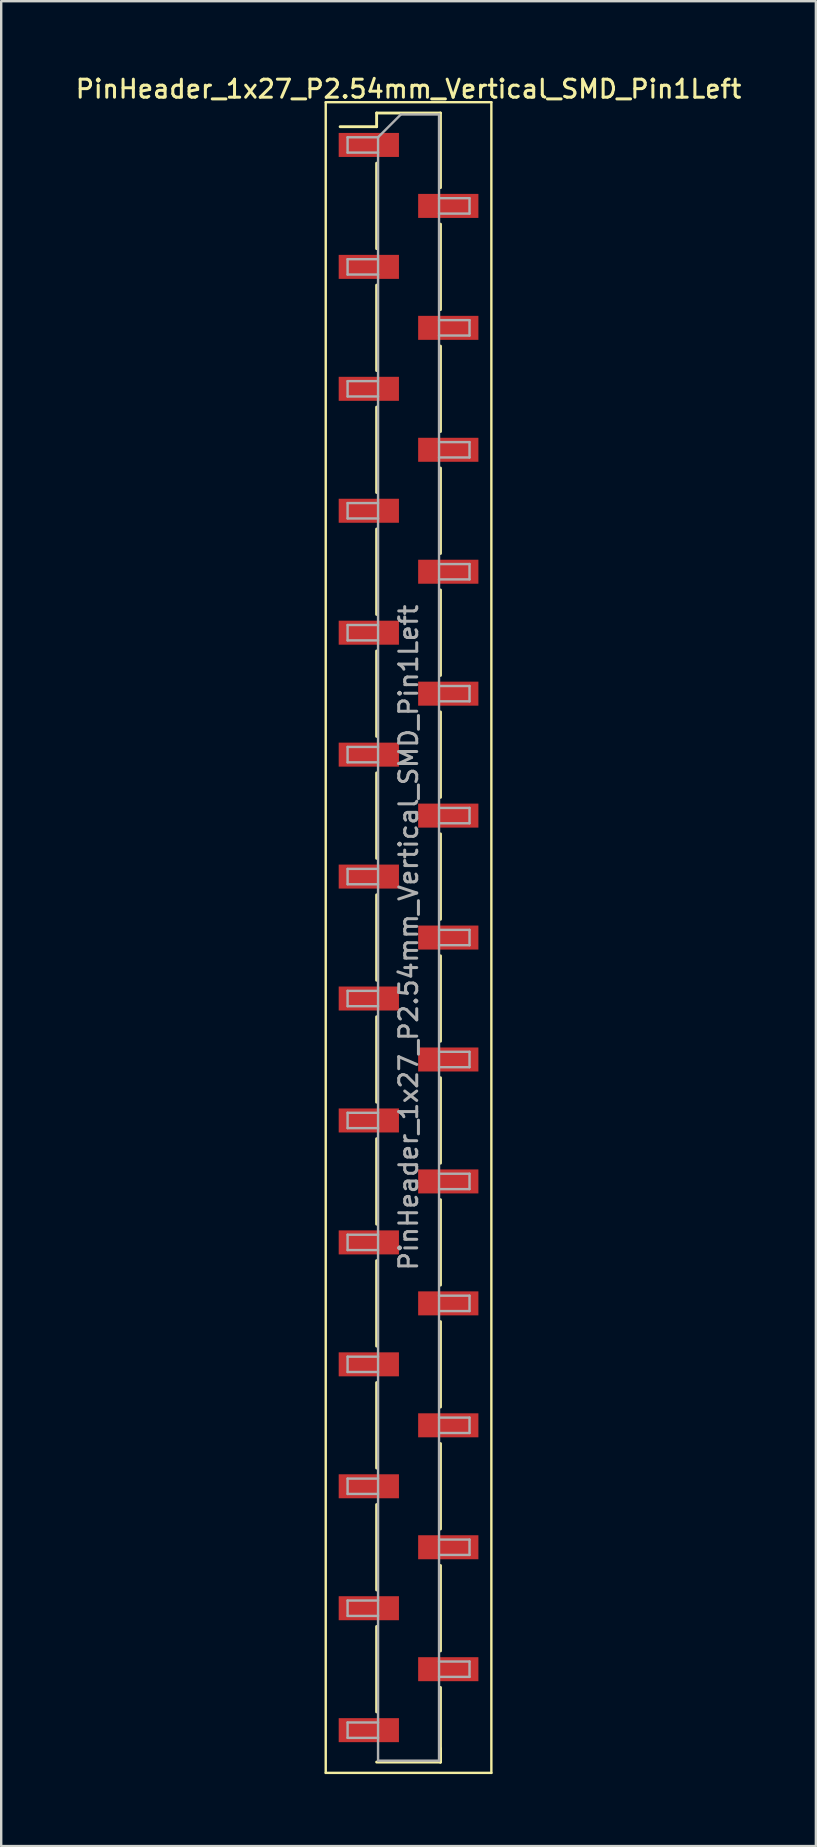
<source format=kicad_pcb>
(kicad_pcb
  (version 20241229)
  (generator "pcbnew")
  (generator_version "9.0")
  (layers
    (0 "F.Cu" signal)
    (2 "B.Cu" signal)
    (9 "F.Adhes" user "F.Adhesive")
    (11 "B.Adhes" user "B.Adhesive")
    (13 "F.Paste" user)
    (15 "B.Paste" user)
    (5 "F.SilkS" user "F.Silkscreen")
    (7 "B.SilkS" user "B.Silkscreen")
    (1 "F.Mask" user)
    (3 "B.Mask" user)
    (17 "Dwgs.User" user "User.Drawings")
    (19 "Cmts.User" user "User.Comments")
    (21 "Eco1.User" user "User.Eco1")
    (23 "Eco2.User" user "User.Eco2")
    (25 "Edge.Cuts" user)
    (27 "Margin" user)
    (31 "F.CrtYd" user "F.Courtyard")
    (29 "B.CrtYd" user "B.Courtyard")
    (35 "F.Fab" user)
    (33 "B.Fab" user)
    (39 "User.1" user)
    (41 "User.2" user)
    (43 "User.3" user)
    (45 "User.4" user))
  (footprint "PinHeader_1x27_P2.54mm_Vertical_SMD_Pin1Left"
    (layer "F.Cu")
    (at 13.97 36.008)
    (property "Reference" "PinHeader_1x27_P2.54mm_Vertical_SMD_Pin1Left" (at 0 -35.35 0) (layer "F.SilkS") (effects (font (size 0.75 0.75) (thickness 0.125))))
    (attr smd)
    (fp_line (start -3.45 -34.8) (end -3.45 34.8) (stroke (width 0.1) (type solid)) (layer "F.SilkS"))
    (fp_line (start -3.45 34.8) (end 3.45 34.8) (stroke (width 0.1) (type solid)) (layer "F.SilkS"))
    (fp_line (start -1.33 -34.35) (end -1.33 -33.78) (stroke (width 0.12) (type solid)) (layer "F.SilkS"))
    (fp_line (start -1.33 -34.35) (end 1.33 -34.35) (stroke (width 0.12) (type solid)) (layer "F.SilkS"))
    (fp_line (start -1.33 -33.78) (end -2.85 -33.78) (stroke (width 0.12) (type solid)) (layer "F.SilkS"))
    (fp_line (start -1.33 -32.26) (end -1.33 -28.7) (stroke (width 0.12) (type solid)) (layer "F.SilkS"))
    (fp_line (start -1.33 -27.18) (end -1.33 -23.62) (stroke (width 0.12) (type solid)) (layer "F.SilkS"))
    (fp_line (start -1.33 -22.1) (end -1.33 -18.54) (stroke (width 0.12) (type solid)) (layer "F.SilkS"))
    (fp_line (start -1.33 -17.02) (end -1.33 -13.46) (stroke (width 0.12) (type solid)) (layer "F.SilkS"))
    (fp_line (start -1.33 -11.94) (end -1.33 -8.38) (stroke (width 0.12) (type solid)) (layer "F.SilkS"))
    (fp_line (start -1.33 -6.86) (end -1.33 -3.3) (stroke (width 0.12) (type solid)) (layer "F.SilkS"))
    (fp_line (start -1.33 -1.78) (end -1.33 1.78) (stroke (width 0.12) (type solid)) (layer "F.SilkS"))
    (fp_line (start -1.33 3.3) (end -1.33 6.86) (stroke (width 0.12) (type solid)) (layer "F.SilkS"))
    (fp_line (start -1.33 8.38) (end -1.33 11.94) (stroke (width 0.12) (type solid)) (layer "F.SilkS"))
    (fp_line (start -1.33 13.46) (end -1.33 17.02) (stroke (width 0.12) (type solid)) (layer "F.SilkS"))
    (fp_line (start -1.33 18.54) (end -1.33 22.1) (stroke (width 0.12) (type solid)) (layer "F.SilkS"))
    (fp_line (start -1.33 23.62) (end -1.33 27.18) (stroke (width 0.12) (type solid)) (layer "F.SilkS"))
    (fp_line (start -1.33 28.7) (end -1.33 32.26) (stroke (width 0.12) (type solid)) (layer "F.SilkS"))
    (fp_line (start -1.33 34.35) (end 1.33 34.35) (stroke (width 0.12) (type solid)) (layer "F.SilkS"))
    (fp_line (start 1.33 -34.35) (end 1.33 -31.24) (stroke (width 0.12) (type solid)) (layer "F.SilkS"))
    (fp_line (start 1.33 -29.72) (end 1.33 -26.16) (stroke (width 0.12) (type solid)) (layer "F.SilkS"))
    (fp_line (start 1.33 -24.64) (end 1.33 -21.08) (stroke (width 0.12) (type solid)) (layer "F.SilkS"))
    (fp_line (start 1.33 -19.56) (end 1.33 -16) (stroke (width 0.12) (type solid)) (layer "F.SilkS"))
    (fp_line (start 1.33 -14.48) (end 1.33 -10.92) (stroke (width 0.12) (type solid)) (layer "F.SilkS"))
    (fp_line (start 1.33 -9.4) (end 1.33 -5.84) (stroke (width 0.12) (type solid)) (layer "F.SilkS"))
    (fp_line (start 1.33 -4.32) (end 1.33 -0.76) (stroke (width 0.12) (type solid)) (layer "F.SilkS"))
    (fp_line (start 1.33 0.76) (end 1.33 4.32) (stroke (width 0.12) (type solid)) (layer "F.SilkS"))
    (fp_line (start 1.33 5.84) (end 1.33 9.4) (stroke (width 0.12) (type solid)) (layer "F.SilkS"))
    (fp_line (start 1.33 10.92) (end 1.33 14.48) (stroke (width 0.12) (type solid)) (layer "F.SilkS"))
    (fp_line (start 1.33 16) (end 1.33 19.56) (stroke (width 0.12) (type solid)) (layer "F.SilkS"))
    (fp_line (start 1.33 21.08) (end 1.33 24.64) (stroke (width 0.12) (type solid)) (layer "F.SilkS"))
    (fp_line (start 1.33 26.16) (end 1.33 29.72) (stroke (width 0.12) (type solid)) (layer "F.SilkS"))
    (fp_line (start 1.33 31.24) (end 1.33 34.35) (stroke (width 0.12) (type solid)) (layer "F.SilkS"))
    (fp_line (start 1.33 33.78) (end 1.33 34.35) (stroke (width 0.12) (type solid)) (layer "F.SilkS"))
    (fp_line (start 3.45 -34.8) (end -3.45 -34.8) (stroke (width 0.1) (type solid)) (layer "F.SilkS"))
    (fp_line (start 3.45 34.8) (end 3.45 -34.8) (stroke (width 0.1) (type solid)) (layer "F.SilkS"))
    (fp_line (start -2.54 -33.34) (end -2.54 -32.7) (stroke (width 0.1) (type solid)) (layer "F.Fab"))
    (fp_line (start -2.54 -32.7) (end -1.27 -32.7) (stroke (width 0.1) (type solid)) (layer "F.Fab"))
    (fp_line (start -2.54 -28.26) (end -2.54 -27.62) (stroke (width 0.1) (type solid)) (layer "F.Fab"))
    (fp_line (start -2.54 -27.62) (end -1.27 -27.62) (stroke (width 0.1) (type solid)) (layer "F.Fab"))
    (fp_line (start -2.54 -23.18) (end -2.54 -22.54) (stroke (width 0.1) (type solid)) (layer "F.Fab"))
    (fp_line (start -2.54 -22.54) (end -1.27 -22.54) (stroke (width 0.1) (type solid)) (layer "F.Fab"))
    (fp_line (start -2.54 -18.1) (end -2.54 -17.46) (stroke (width 0.1) (type solid)) (layer "F.Fab"))
    (fp_line (start -2.54 -17.46) (end -1.27 -17.46) (stroke (width 0.1) (type solid)) (layer "F.Fab"))
    (fp_line (start -2.54 -13.02) (end -2.54 -12.38) (stroke (width 0.1) (type solid)) (layer "F.Fab"))
    (fp_line (start -2.54 -12.38) (end -1.27 -12.38) (stroke (width 0.1) (type solid)) (layer "F.Fab"))
    (fp_line (start -2.54 -7.94) (end -2.54 -7.3) (stroke (width 0.1) (type solid)) (layer "F.Fab"))
    (fp_line (start -2.54 -7.3) (end -1.27 -7.3) (stroke (width 0.1) (type solid)) (layer "F.Fab"))
    (fp_line (start -2.54 -2.86) (end -2.54 -2.22) (stroke (width 0.1) (type solid)) (layer "F.Fab"))
    (fp_line (start -2.54 -2.22) (end -1.27 -2.22) (stroke (width 0.1) (type solid)) (layer "F.Fab"))
    (fp_line (start -2.54 2.22) (end -2.54 2.86) (stroke (width 0.1) (type solid)) (layer "F.Fab"))
    (fp_line (start -2.54 2.86) (end -1.27 2.86) (stroke (width 0.1) (type solid)) (layer "F.Fab"))
    (fp_line (start -2.54 7.3) (end -2.54 7.94) (stroke (width 0.1) (type solid)) (layer "F.Fab"))
    (fp_line (start -2.54 7.94) (end -1.27 7.94) (stroke (width 0.1) (type solid)) (layer "F.Fab"))
    (fp_line (start -2.54 12.38) (end -2.54 13.02) (stroke (width 0.1) (type solid)) (layer "F.Fab"))
    (fp_line (start -2.54 13.02) (end -1.27 13.02) (stroke (width 0.1) (type solid)) (layer "F.Fab"))
    (fp_line (start -2.54 17.46) (end -2.54 18.1) (stroke (width 0.1) (type solid)) (layer "F.Fab"))
    (fp_line (start -2.54 18.1) (end -1.27 18.1) (stroke (width 0.1) (type solid)) (layer "F.Fab"))
    (fp_line (start -2.54 22.54) (end -2.54 23.18) (stroke (width 0.1) (type solid)) (layer "F.Fab"))
    (fp_line (start -2.54 23.18) (end -1.27 23.18) (stroke (width 0.1) (type solid)) (layer "F.Fab"))
    (fp_line (start -2.54 27.62) (end -2.54 28.26) (stroke (width 0.1) (type solid)) (layer "F.Fab"))
    (fp_line (start -2.54 28.26) (end -1.27 28.26) (stroke (width 0.1) (type solid)) (layer "F.Fab"))
    (fp_line (start -2.54 32.7) (end -2.54 33.34) (stroke (width 0.1) (type solid)) (layer "F.Fab"))
    (fp_line (start -2.54 33.34) (end -1.27 33.34) (stroke (width 0.1) (type solid)) (layer "F.Fab"))
    (fp_line (start -1.27 -33.34) (end -2.54 -33.34) (stroke (width 0.1) (type solid)) (layer "F.Fab"))
    (fp_line (start -1.27 -33.34) (end -0.32 -34.29) (stroke (width 0.1) (type solid)) (layer "F.Fab"))
    (fp_line (start -1.27 -28.26) (end -2.54 -28.26) (stroke (width 0.1) (type solid)) (layer "F.Fab"))
    (fp_line (start -1.27 -23.18) (end -2.54 -23.18) (stroke (width 0.1) (type solid)) (layer "F.Fab"))
    (fp_line (start -1.27 -18.1) (end -2.54 -18.1) (stroke (width 0.1) (type solid)) (layer "F.Fab"))
    (fp_line (start -1.27 -13.02) (end -2.54 -13.02) (stroke (width 0.1) (type solid)) (layer "F.Fab"))
    (fp_line (start -1.27 -7.94) (end -2.54 -7.94) (stroke (width 0.1) (type solid)) (layer "F.Fab"))
    (fp_line (start -1.27 -2.86) (end -2.54 -2.86) (stroke (width 0.1) (type solid)) (layer "F.Fab"))
    (fp_line (start -1.27 2.22) (end -2.54 2.22) (stroke (width 0.1) (type solid)) (layer "F.Fab"))
    (fp_line (start -1.27 7.3) (end -2.54 7.3) (stroke (width 0.1) (type solid)) (layer "F.Fab"))
    (fp_line (start -1.27 12.38) (end -2.54 12.38) (stroke (width 0.1) (type solid)) (layer "F.Fab"))
    (fp_line (start -1.27 17.46) (end -2.54 17.46) (stroke (width 0.1) (type solid)) (layer "F.Fab"))
    (fp_line (start -1.27 22.54) (end -2.54 22.54) (stroke (width 0.1) (type solid)) (layer "F.Fab"))
    (fp_line (start -1.27 27.62) (end -2.54 27.62) (stroke (width 0.1) (type solid)) (layer "F.Fab"))
    (fp_line (start -1.27 32.7) (end -2.54 32.7) (stroke (width 0.1) (type solid)) (layer "F.Fab"))
    (fp_line (start -1.27 34.29) (end -1.27 -33.34) (stroke (width 0.1) (type solid)) (layer "F.Fab"))
    (fp_line (start -0.32 -34.29) (end 1.27 -34.29) (stroke (width 0.1) (type solid)) (layer "F.Fab"))
    (fp_line (start 1.27 -34.29) (end 1.27 34.29) (stroke (width 0.1) (type solid)) (layer "F.Fab"))
    (fp_line (start 1.27 -30.8) (end 2.54 -30.8) (stroke (width 0.1) (type solid)) (layer "F.Fab"))
    (fp_line (start 1.27 -25.72) (end 2.54 -25.72) (stroke (width 0.1) (type solid)) (layer "F.Fab"))
    (fp_line (start 1.27 -20.64) (end 2.54 -20.64) (stroke (width 0.1) (type solid)) (layer "F.Fab"))
    (fp_line (start 1.27 -15.56) (end 2.54 -15.56) (stroke (width 0.1) (type solid)) (layer "F.Fab"))
    (fp_line (start 1.27 -10.48) (end 2.54 -10.48) (stroke (width 0.1) (type solid)) (layer "F.Fab"))
    (fp_line (start 1.27 -5.4) (end 2.54 -5.4) (stroke (width 0.1) (type solid)) (layer "F.Fab"))
    (fp_line (start 1.27 -0.32) (end 2.54 -0.32) (stroke (width 0.1) (type solid)) (layer "F.Fab"))
    (fp_line (start 1.27 4.76) (end 2.54 4.76) (stroke (width 0.1) (type solid)) (layer "F.Fab"))
    (fp_line (start 1.27 9.84) (end 2.54 9.84) (stroke (width 0.1) (type solid)) (layer "F.Fab"))
    (fp_line (start 1.27 14.92) (end 2.54 14.92) (stroke (width 0.1) (type solid)) (layer "F.Fab"))
    (fp_line (start 1.27 20) (end 2.54 20) (stroke (width 0.1) (type solid)) (layer "F.Fab"))
    (fp_line (start 1.27 25.08) (end 2.54 25.08) (stroke (width 0.1) (type solid)) (layer "F.Fab"))
    (fp_line (start 1.27 30.16) (end 2.54 30.16) (stroke (width 0.1) (type solid)) (layer "F.Fab"))
    (fp_line (start 1.27 34.29) (end -1.27 34.29) (stroke (width 0.1) (type solid)) (layer "F.Fab"))
    (fp_line (start 2.54 -30.8) (end 2.54 -30.16) (stroke (width 0.1) (type solid)) (layer "F.Fab"))
    (fp_line (start 2.54 -30.16) (end 1.27 -30.16) (stroke (width 0.1) (type solid)) (layer "F.Fab"))
    (fp_line (start 2.54 -25.72) (end 2.54 -25.08) (stroke (width 0.1) (type solid)) (layer "F.Fab"))
    (fp_line (start 2.54 -25.08) (end 1.27 -25.08) (stroke (width 0.1) (type solid)) (layer "F.Fab"))
    (fp_line (start 2.54 -20.64) (end 2.54 -20) (stroke (width 0.1) (type solid)) (layer "F.Fab"))
    (fp_line (start 2.54 -20) (end 1.27 -20) (stroke (width 0.1) (type solid)) (layer "F.Fab"))
    (fp_line (start 2.54 -15.56) (end 2.54 -14.92) (stroke (width 0.1) (type solid)) (layer "F.Fab"))
    (fp_line (start 2.54 -14.92) (end 1.27 -14.92) (stroke (width 0.1) (type solid)) (layer "F.Fab"))
    (fp_line (start 2.54 -10.48) (end 2.54 -9.84) (stroke (width 0.1) (type solid)) (layer "F.Fab"))
    (fp_line (start 2.54 -9.84) (end 1.27 -9.84) (stroke (width 0.1) (type solid)) (layer "F.Fab"))
    (fp_line (start 2.54 -5.4) (end 2.54 -4.76) (stroke (width 0.1) (type solid)) (layer "F.Fab"))
    (fp_line (start 2.54 -4.76) (end 1.27 -4.76) (stroke (width 0.1) (type solid)) (layer "F.Fab"))
    (fp_line (start 2.54 -0.32) (end 2.54 0.32) (stroke (width 0.1) (type solid)) (layer "F.Fab"))
    (fp_line (start 2.54 0.32) (end 1.27 0.32) (stroke (width 0.1) (type solid)) (layer "F.Fab"))
    (fp_line (start 2.54 4.76) (end 2.54 5.4) (stroke (width 0.1) (type solid)) (layer "F.Fab"))
    (fp_line (start 2.54 5.4) (end 1.27 5.4) (stroke (width 0.1) (type solid)) (layer "F.Fab"))
    (fp_line (start 2.54 9.84) (end 2.54 10.48) (stroke (width 0.1) (type solid)) (layer "F.Fab"))
    (fp_line (start 2.54 10.48) (end 1.27 10.48) (stroke (width 0.1) (type solid)) (layer "F.Fab"))
    (fp_line (start 2.54 14.92) (end 2.54 15.56) (stroke (width 0.1) (type solid)) (layer "F.Fab"))
    (fp_line (start 2.54 15.56) (end 1.27 15.56) (stroke (width 0.1) (type solid)) (layer "F.Fab"))
    (fp_line (start 2.54 20) (end 2.54 20.64) (stroke (width 0.1) (type solid)) (layer "F.Fab"))
    (fp_line (start 2.54 20.64) (end 1.27 20.64) (stroke (width 0.1) (type solid)) (layer "F.Fab"))
    (fp_line (start 2.54 25.08) (end 2.54 25.72) (stroke (width 0.1) (type solid)) (layer "F.Fab"))
    (fp_line (start 2.54 25.72) (end 1.27 25.72) (stroke (width 0.1) (type solid)) (layer "F.Fab"))
    (fp_line (start 2.54 30.16) (end 2.54 30.8) (stroke (width 0.1) (type solid)) (layer "F.Fab"))
    (fp_line (start 2.54 30.8) (end 1.27 30.8) (stroke (width 0.1) (type solid)) (layer "F.Fab"))
    (fp_text user "${REFERENCE}" (at 0 0 90) (layer "F.Fab") (effects (font (size 0.75 0.75) (thickness 0.125))))
    (pad "1" smd rect (at -1.655 -33.02) (size 2.51 1) (layers "F.Cu" "F.Mask" "F.Paste"))
    (pad "2" smd rect (at 1.655 -30.48) (size 2.51 1) (layers "F.Cu" "F.Mask" "F.Paste"))
    (pad "3" smd rect (at -1.655 -27.94) (size 2.51 1) (layers "F.Cu" "F.Mask" "F.Paste"))
    (pad "4" smd rect (at 1.655 -25.4) (size 2.51 1) (layers "F.Cu" "F.Mask" "F.Paste"))
    (pad "5" smd rect (at -1.655 -22.86) (size 2.51 1) (layers "F.Cu" "F.Mask" "F.Paste"))
    (pad "6" smd rect (at 1.655 -20.32) (size 2.51 1) (layers "F.Cu" "F.Mask" "F.Paste"))
    (pad "7" smd rect (at -1.655 -17.78) (size 2.51 1) (layers "F.Cu" "F.Mask" "F.Paste"))
    (pad "8" smd rect (at 1.655 -15.24) (size 2.51 1) (layers "F.Cu" "F.Mask" "F.Paste"))
    (pad "9" smd rect (at -1.655 -12.7) (size 2.51 1) (layers "F.Cu" "F.Mask" "F.Paste"))
    (pad "10" smd rect (at 1.655 -10.16) (size 2.51 1) (layers "F.Cu" "F.Mask" "F.Paste"))
    (pad "11" smd rect (at -1.655 -7.62) (size 2.51 1) (layers "F.Cu" "F.Mask" "F.Paste"))
    (pad "12" smd rect (at 1.655 -5.08) (size 2.51 1) (layers "F.Cu" "F.Mask" "F.Paste"))
    (pad "13" smd rect (at -1.655 -2.54) (size 2.51 1) (layers "F.Cu" "F.Mask" "F.Paste"))
    (pad "14" smd rect (at 1.655 0) (size 2.51 1) (layers "F.Cu" "F.Mask" "F.Paste"))
    (pad "15" smd rect (at -1.655 2.54) (size 2.51 1) (layers "F.Cu" "F.Mask" "F.Paste"))
    (pad "16" smd rect (at 1.655 5.08) (size 2.51 1) (layers "F.Cu" "F.Mask" "F.Paste"))
    (pad "17" smd rect (at -1.655 7.62) (size 2.51 1) (layers "F.Cu" "F.Mask" "F.Paste"))
    (pad "18" smd rect (at 1.655 10.16) (size 2.51 1) (layers "F.Cu" "F.Mask" "F.Paste"))
    (pad "19" smd rect (at -1.655 12.7) (size 2.51 1) (layers "F.Cu" "F.Mask" "F.Paste"))
    (pad "20" smd rect (at 1.655 15.24) (size 2.51 1) (layers "F.Cu" "F.Mask" "F.Paste"))
    (pad "21" smd rect (at -1.655 17.78) (size 2.51 1) (layers "F.Cu" "F.Mask" "F.Paste"))
    (pad "22" smd rect (at 1.655 20.32) (size 2.51 1) (layers "F.Cu" "F.Mask" "F.Paste"))
    (pad "23" smd rect (at -1.655 22.86) (size 2.51 1) (layers "F.Cu" "F.Mask" "F.Paste"))
    (pad "24" smd rect (at 1.655 25.4) (size 2.51 1) (layers "F.Cu" "F.Mask" "F.Paste"))
    (pad "25" smd rect (at -1.655 27.94) (size 2.51 1) (layers "F.Cu" "F.Mask" "F.Paste"))
    (pad "26" smd rect (at 1.655 30.48) (size 2.51 1) (layers "F.Cu" "F.Mask" "F.Paste"))
    (pad "27" smd rect (at -1.655 33.02) (size 2.51 1) (layers "F.Cu" "F.Mask" "F.Paste")))
  (gr_rect
    (start -3 -3)
    (end 30.939 73.858)
    (stroke (width 0.1) (type default))
    (fill no)
    (layer "Edge.Cuts")))
</source>
